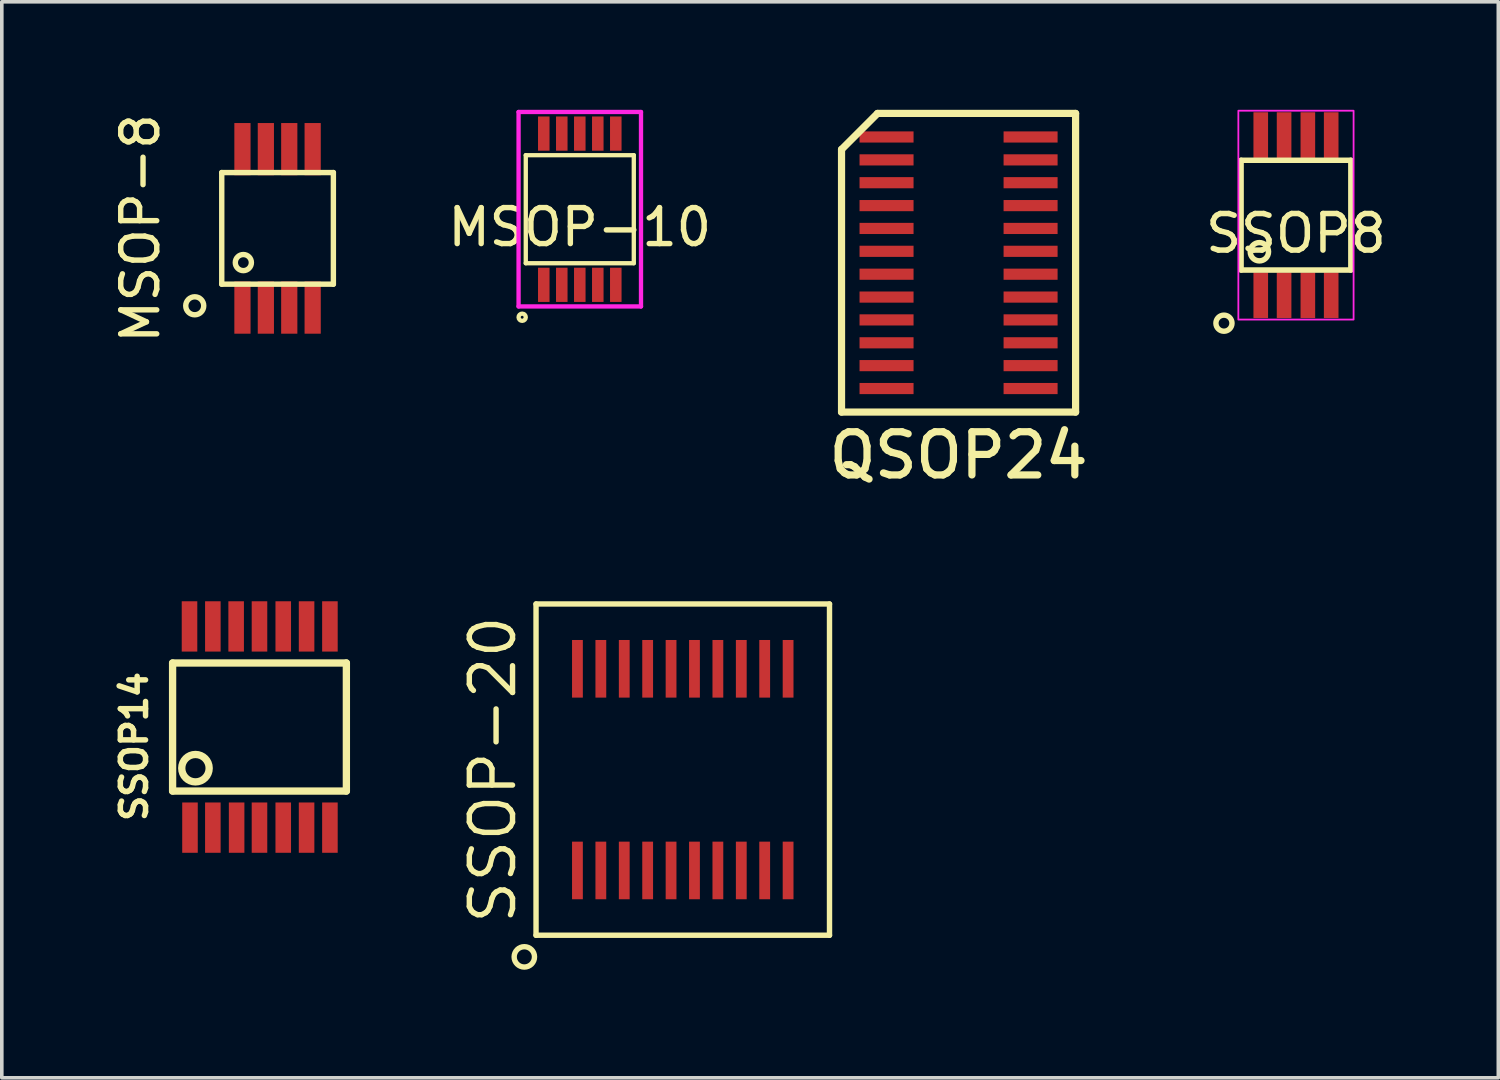
<source format=kicad_pcb>
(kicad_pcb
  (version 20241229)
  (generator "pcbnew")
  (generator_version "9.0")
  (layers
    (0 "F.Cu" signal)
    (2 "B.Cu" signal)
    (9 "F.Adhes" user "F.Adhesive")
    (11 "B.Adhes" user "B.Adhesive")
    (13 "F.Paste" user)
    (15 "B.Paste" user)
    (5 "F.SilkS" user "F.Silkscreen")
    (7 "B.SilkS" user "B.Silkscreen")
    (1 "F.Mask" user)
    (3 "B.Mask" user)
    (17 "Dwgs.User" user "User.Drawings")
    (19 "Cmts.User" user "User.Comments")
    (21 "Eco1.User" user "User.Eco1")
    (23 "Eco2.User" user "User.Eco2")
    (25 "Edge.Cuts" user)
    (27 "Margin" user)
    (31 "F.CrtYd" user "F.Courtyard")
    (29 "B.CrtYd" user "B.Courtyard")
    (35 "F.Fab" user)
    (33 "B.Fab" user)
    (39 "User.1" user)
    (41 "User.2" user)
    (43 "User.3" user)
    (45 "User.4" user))
  (footprint "SSOP-20"
    (layer "F.Cu")
    (at 15.911 18.323)
    (property "Reference" "SSOP-20" (at -5.275 0 90) (layer "F.SilkS") (effects (font (size 1.2 1.2) (thickness 0.15))))
    (attr through_hole)
    (fp_line (start -4.075 -4.6) (end -4.075 4.6) (stroke (width 0.15) (type solid)) (layer "F.SilkS"))
    (fp_line (start -4.075 4.6) (end 4.075 4.6) (stroke (width 0.15) (type solid)) (layer "F.SilkS"))
    (fp_line (start 4.075 -4.6) (end -4.075 -4.6) (stroke (width 0.15) (type solid)) (layer "F.SilkS"))
    (fp_line (start 4.075 4.6) (end 4.075 -4.6) (stroke (width 0.15) (type solid)) (layer "F.SilkS"))
    (fp_circle (center -4.4 5.2) (end -4.2 5.4) (stroke (width 0.15) (type solid)) (fill no) (layer "F.SilkS"))
    (pad "1" smd rect (at -2.925 2.8) (size 0.3 1.6) (layers "F.Cu" "F.Mask" "F.Paste"))
    (pad "2" smd rect (at -2.275 2.8) (size 0.3 1.6) (layers "F.Cu" "F.Mask" "F.Paste"))
    (pad "3" smd rect (at -1.625 2.8) (size 0.3 1.6) (layers "F.Cu" "F.Mask" "F.Paste"))
    (pad "4" smd rect (at -0.975 2.8) (size 0.3 1.6) (layers "F.Cu" "F.Mask" "F.Paste"))
    (pad "5" smd rect (at -0.325 2.8) (size 0.3 1.6) (layers "F.Cu" "F.Mask" "F.Paste"))
    (pad "6" smd rect (at 0.325 2.8) (size 0.3 1.6) (layers "F.Cu" "F.Mask" "F.Paste"))
    (pad "7" smd rect (at 0.975 2.8) (size 0.3 1.6) (layers "F.Cu" "F.Mask" "F.Paste"))
    (pad "8" smd rect (at 1.625 2.8) (size 0.3 1.6) (layers "F.Cu" "F.Mask" "F.Paste"))
    (pad "9" smd rect (at 2.275 2.8) (size 0.3 1.6) (layers "F.Cu" "F.Mask" "F.Paste"))
    (pad "10" smd rect (at 2.925 2.8) (size 0.3 1.6) (layers "F.Cu" "F.Mask" "F.Paste"))
    (pad "11" smd rect (at 2.925 -2.8) (size 0.3 1.6) (layers "F.Cu" "F.Mask" "F.Paste"))
    (pad "12" smd rect (at 2.275 -2.8) (size 0.3 1.6) (layers "F.Cu" "F.Mask" "F.Paste"))
    (pad "13" smd rect (at 1.625 -2.8) (size 0.3 1.6) (layers "F.Cu" "F.Mask" "F.Paste"))
    (pad "14" smd rect (at 0.975 -2.8) (size 0.3 1.6) (layers "F.Cu" "F.Mask" "F.Paste"))
    (pad "15" smd rect (at 0.325 -2.8) (size 0.3 1.6) (layers "F.Cu" "F.Mask" "F.Paste"))
    (pad "16" smd rect (at -0.325 -2.8) (size 0.3 1.6) (layers "F.Cu" "F.Mask" "F.Paste"))
    (pad "17" smd rect (at -0.975 -2.8) (size 0.3 1.6) (layers "F.Cu" "F.Mask" "F.Paste"))
    (pad "18" smd rect (at -1.625 -2.8) (size 0.3 1.6) (layers "F.Cu" "F.Mask" "F.Paste"))
    (pad "19" smd rect (at -2.275 -2.8) (size 0.3 1.6) (layers "F.Cu" "F.Mask" "F.Paste"))
    (pad "20" smd rect (at -2.925 -2.8) (size 0.3 1.6) (layers "F.Cu" "F.Mask" "F.Paste")))
  (footprint "SSOP8"
    (layer "F.Cu")
    (at 32.94 2.925)
    (property "Reference" "SSOP8" (at 0 0.508 0) (layer "F.SilkS") (effects (font (size 1.016 1.016) (thickness 0.152))))
    (attr smd)
    (fp_line (start -1.524 -1.524) (end 1.524 -1.524) (stroke (width 0.152) (type solid)) (layer "F.SilkS"))
    (fp_line (start -1.524 1.524) (end -1.524 -1.524) (stroke (width 0.152) (type solid)) (layer "F.SilkS"))
    (fp_line (start 1.524 -1.524) (end 1.524 1.524) (stroke (width 0.152) (type solid)) (layer "F.SilkS"))
    (fp_line (start 1.524 1.524) (end -1.524 1.524) (stroke (width 0.152) (type solid)) (layer "F.SilkS"))
    (fp_circle (center -2 3) (end -1.8 3.1) (stroke (width 0.15) (type solid)) (fill no) (layer "F.SilkS"))
    (fp_circle (center -1.016 1.016) (end -1.016 0.762) (stroke (width 0.152) (type solid)) (fill no) (layer "F.SilkS"))
    (fp_rect (start -1.6 -2.9) (end 1.6 2.9) (stroke (width 0.05) (type default)) (fill no) (layer "F.CrtYd"))
    (pad "1" smd rect (at -0.978 2.223) (size 0.406 1.27) (layers "F.Cu" "F.Mask" "F.Paste"))
    (pad "2" smd rect (at -0.33 2.223) (size 0.406 1.27) (layers "F.Cu" "F.Mask" "F.Paste"))
    (pad "3" smd rect (at 0.33 2.223) (size 0.406 1.27) (layers "F.Cu" "F.Mask" "F.Paste"))
    (pad "4" smd rect (at 0.978 2.223) (size 0.406 1.27) (layers "F.Cu" "F.Mask" "F.Paste"))
    (pad "5" smd rect (at 0.978 -2.223) (size 0.406 1.27) (layers "F.Cu" "F.Mask" "F.Paste"))
    (pad "6" smd rect (at 0.33 -2.223) (size 0.406 1.27) (layers "F.Cu" "F.Mask" "F.Paste"))
    (pad "7" smd rect (at -0.33 -2.223) (size 0.406 1.27) (layers "F.Cu" "F.Mask" "F.Paste"))
    (pad "8" smd rect (at -0.978 -2.223) (size 0.406 1.27) (layers "F.Cu" "F.Mask" "F.Paste")))
  (footprint "MSOP-10"
    (layer "F.Cu")
    (at 13.051 2.76)
    (property "Reference" "MSOP-10" (at 0 0.5 0) (layer "F.SilkS") (effects (font (size 1 1) (thickness 0.15))))
    (attr through_hole)
    (fp_line (start -1.5 -1.5) (end 1.5 -1.5) (stroke (width 0.12) (type solid)) (layer "F.SilkS"))
    (fp_line (start -1.5 1.5) (end -1.5 -1.5) (stroke (width 0.12) (type solid)) (layer "F.SilkS"))
    (fp_line (start 1.5 -1.5) (end 1.5 1.5) (stroke (width 0.12) (type solid)) (layer "F.SilkS"))
    (fp_line (start 1.5 1.5) (end -1.5 1.5) (stroke (width 0.12) (type solid)) (layer "F.SilkS"))
    (fp_circle (center -1.6 3) (end -1.6 3.1) (stroke (width 0.12) (type solid)) (fill no) (layer "F.SilkS"))
    (fp_line (start -1.7 -2.7) (end 1.7 -2.7) (stroke (width 0.12) (type solid)) (layer "F.CrtYd"))
    (fp_line (start -1.7 2.7) (end -1.7 -2.7) (stroke (width 0.12) (type solid)) (layer "F.CrtYd"))
    (fp_line (start 1.7 -2.7) (end 1.7 2.7) (stroke (width 0.12) (type solid)) (layer "F.CrtYd"))
    (fp_line (start 1.7 2.7) (end -1.7 2.7) (stroke (width 0.12) (type solid)) (layer "F.CrtYd"))
    (pad "1" smd rect (at -1 2.1) (size 0.32 0.95) (layers "F.Cu" "F.Mask" "F.Paste"))
    (pad "2" smd rect (at -0.5 2.1) (size 0.32 0.95) (layers "F.Cu" "F.Mask" "F.Paste"))
    (pad "3" smd rect (at 0 2.1) (size 0.32 0.95) (layers "F.Cu" "F.Mask" "F.Paste"))
    (pad "4" smd rect (at 0.5 2.1) (size 0.32 0.95) (layers "F.Cu" "F.Mask" "F.Paste"))
    (pad "5" smd rect (at 1 2.1) (size 0.32 0.95) (layers "F.Cu" "F.Mask" "F.Paste"))
    (pad "6" smd rect (at 1 -2.1) (size 0.32 0.95) (layers "F.Cu" "F.Mask" "F.Paste"))
    (pad "7" smd rect (at 0.5 -2.1) (size 0.32 0.95) (layers "F.Cu" "F.Mask" "F.Paste"))
    (pad "8" smd rect (at 0 -2.1) (size 0.32 0.95) (layers "F.Cu" "F.Mask" "F.Paste"))
    (pad "9" smd rect (at -0.5 -2.1) (size 0.32 0.95) (layers "F.Cu" "F.Mask" "F.Paste"))
    (pad "10" smd rect (at -1 -2.1) (size 0.32 0.95) (layers "F.Cu" "F.Mask" "F.Paste")))
  (footprint "MSOP-8"
    (layer "F.Cu")
    (at 4.658 3.292)
    (property "Reference" "MSOP-8" (at -3.81 0 90) (layer "F.SilkS") (effects (font (size 1 1) (thickness 0.15))))
    (attr through_hole)
    (fp_line (start -1.55 -1.55) (end 1.55 -1.55) (stroke (width 0.15) (type solid)) (layer "F.SilkS"))
    (fp_line (start -1.55 1.55) (end -1.55 -1.55) (stroke (width 0.15) (type solid)) (layer "F.SilkS"))
    (fp_line (start 1.55 -1.55) (end 1.55 1.55) (stroke (width 0.15) (type solid)) (layer "F.SilkS"))
    (fp_line (start 1.55 1.55) (end -1.55 1.55) (stroke (width 0.15) (type solid)) (layer "F.SilkS"))
    (fp_circle (center -2.3 2.15) (end -2.1 2.3) (stroke (width 0.15) (type solid)) (fill no) (layer "F.SilkS"))
    (fp_circle (center -0.95 0.95) (end -0.85 0.75) (stroke (width 0.15) (type solid)) (fill no) (layer "F.SilkS"))
    (pad "1" smd rect (at -0.975 2.2) (size 0.45 1.45) (layers "F.Cu" "F.Mask" "F.Paste"))
    (pad "2" smd rect (at -0.325 2.2) (size 0.45 1.45) (layers "F.Cu" "F.Mask" "F.Paste"))
    (pad "3" smd rect (at 0.325 2.2) (size 0.45 1.45) (layers "F.Cu" "F.Mask" "F.Paste"))
    (pad "4" smd rect (at 0.975 2.2) (size 0.45 1.45) (layers "F.Cu" "F.Mask" "F.Paste"))
    (pad "5" smd rect (at 0.975 -2.2) (size 0.45 1.45) (layers "F.Cu" "F.Mask" "F.Paste"))
    (pad "6" smd rect (at 0.325 -2.2) (size 0.45 1.45) (layers "F.Cu" "F.Mask" "F.Paste"))
    (pad "7" smd rect (at -0.325 -2.2) (size 0.45 1.45) (layers "F.Cu" "F.Mask" "F.Paste"))
    (pad "8" smd rect (at -0.975 -2.2) (size 0.45 1.45) (layers "F.Cu" "F.Mask" "F.Paste")))
  (footprint "QSOP24"
    (layer "F.Cu")
    (at 23.57 4.247)
    (property "Reference" "QSOP24" (at 0 5.348 0) (layer "F.SilkS") (effects (font (size 1.2 1.2) (thickness 0.2))))
    (attr through_hole)
    (fp_line (start -3.25 -3.147) (end -3.25 4.147) (stroke (width 0.2) (type solid)) (layer "F.SilkS"))
    (fp_line (start -3.25 4.147) (end 3.25 4.147) (stroke (width 0.2) (type solid)) (layer "F.SilkS"))
    (fp_line (start -2.25 -4.147) (end -3.25 -3.147) (stroke (width 0.2) (type solid)) (layer "F.SilkS"))
    (fp_line (start 3.25 -4.147) (end -2.25 -4.147) (stroke (width 0.2) (type solid)) (layer "F.SilkS"))
    (fp_line (start 3.25 4.147) (end 3.25 -4.147) (stroke (width 0.2) (type solid)) (layer "F.SilkS"))
    (pad "1" smd rect (at -2 -3.493) (size 1.5 0.31) (layers "F.Cu" "F.Mask" "F.Paste"))
    (pad "2" smd rect (at -2 -2.857) (size 1.5 0.31) (layers "F.Cu" "F.Mask" "F.Paste"))
    (pad "3" smd rect (at -2 -2.223) (size 1.5 0.31) (layers "F.Cu" "F.Mask" "F.Paste"))
    (pad "4" smd rect (at -2 -1.587) (size 1.5 0.31) (layers "F.Cu" "F.Mask" "F.Paste"))
    (pad "5" smd rect (at -2 -0.953) (size 1.5 0.31) (layers "F.Cu" "F.Mask" "F.Paste"))
    (pad "6" smd rect (at -2 -0.318) (size 1.5 0.31) (layers "F.Cu" "F.Mask" "F.Paste"))
    (pad "7" smd rect (at -2 0.318) (size 1.5 0.31) (layers "F.Cu" "F.Mask" "F.Paste"))
    (pad "8" smd rect (at -2 0.953) (size 1.5 0.31) (layers "F.Cu" "F.Mask" "F.Paste"))
    (pad "9" smd rect (at -2 1.587) (size 1.5 0.31) (layers "F.Cu" "F.Mask" "F.Paste"))
    (pad "10" smd rect (at -2 2.223) (size 1.5 0.31) (layers "F.Cu" "F.Mask" "F.Paste"))
    (pad "11" smd rect (at -2 2.857) (size 1.5 0.31) (layers "F.Cu" "F.Mask" "F.Paste"))
    (pad "12" smd rect (at -2 3.493) (size 1.5 0.31) (layers "F.Cu" "F.Mask" "F.Paste"))
    (pad "13" smd rect (at 2 3.493) (size 1.5 0.31) (layers "F.Cu" "F.Mask" "F.Paste"))
    (pad "14" smd rect (at 2 2.857) (size 1.5 0.31) (layers "F.Cu" "F.Mask" "F.Paste"))
    (pad "15" smd rect (at 2 2.223) (size 1.5 0.31) (layers "F.Cu" "F.Mask" "F.Paste"))
    (pad "16" smd rect (at 2 1.587) (size 1.5 0.31) (layers "F.Cu" "F.Mask" "F.Paste"))
    (pad "17" smd rect (at 2 0.953) (size 1.5 0.31) (layers "F.Cu" "F.Mask" "F.Paste"))
    (pad "18" smd rect (at 2 0.318) (size 1.5 0.31) (layers "F.Cu" "F.Mask" "F.Paste"))
    (pad "19" smd rect (at 2 -0.318) (size 1.5 0.31) (layers "F.Cu" "F.Mask" "F.Paste"))
    (pad "20" smd rect (at 2 -0.953) (size 1.5 0.31) (layers "F.Cu" "F.Mask" "F.Paste"))
    (pad "21" smd rect (at 2 -1.587) (size 1.5 0.31) (layers "F.Cu" "F.Mask" "F.Paste"))
    (pad "22" smd rect (at 2 -2.223) (size 1.5 0.31) (layers "F.Cu" "F.Mask" "F.Paste"))
    (pad "23" smd rect (at 2 -2.857) (size 1.5 0.31) (layers "F.Cu" "F.Mask" "F.Paste"))
    (pad "24" smd rect (at 2 -3.493) (size 1.5 0.31) (layers "F.Cu" "F.Mask" "F.Paste")))
  (footprint "SSOP14"
    (layer "F.Cu")
    (at 4.156 17.14)
    (property "Reference" "SSOP14" (at -3.48 0.54 270) (layer "F.SilkS") (effects (font (size 0.7 0.7) (thickness 0.152))))
    (attr smd)
    (fp_line (start -2.413 -1.778) (end 2.413 -1.778) (stroke (width 0.203) (type solid)) (layer "F.SilkS"))
    (fp_line (start -2.413 1.778) (end -2.413 -1.778) (stroke (width 0.203) (type solid)) (layer "F.SilkS"))
    (fp_line (start 2.413 -1.778) (end 2.413 1.778) (stroke (width 0.203) (type solid)) (layer "F.SilkS"))
    (fp_line (start 2.413 1.778) (end -2.413 1.778) (stroke (width 0.203) (type solid)) (layer "F.SilkS"))
    (fp_circle (center -1.778 1.143) (end -2.159 1.143) (stroke (width 0.203) (type solid)) (fill no) (layer "F.SilkS"))
    (pad "1" smd rect (at -1.93 2.794) (size 0.432 1.397) (layers "F.Cu" "F.Mask" "F.Paste"))
    (pad "2" smd rect (at -1.295 2.794) (size 0.432 1.397) (layers "F.Cu" "F.Mask" "F.Paste"))
    (pad "3" smd rect (at -0.635 2.794) (size 0.432 1.397) (layers "F.Cu" "F.Mask" "F.Paste"))
    (pad "4" smd rect (at 0 2.794) (size 0.432 1.397) (layers "F.Cu" "F.Mask" "F.Paste"))
    (pad "5" smd rect (at 0.66 2.794) (size 0.432 1.397) (layers "F.Cu" "F.Mask" "F.Paste"))
    (pad "6" smd rect (at 1.308 2.794) (size 0.432 1.397) (layers "F.Cu" "F.Mask" "F.Paste"))
    (pad "7" smd rect (at 1.956 2.794) (size 0.432 1.397) (layers "F.Cu" "F.Mask" "F.Paste"))
    (pad "8" smd rect (at 1.956 -2.794) (size 0.432 1.397) (layers "F.Cu" "F.Mask" "F.Paste"))
    (pad "9" smd rect (at 1.308 -2.794) (size 0.432 1.397) (layers "F.Cu" "F.Mask" "F.Paste"))
    (pad "10" smd rect (at 0.66 -2.794) (size 0.432 1.397) (layers "F.Cu" "F.Mask" "F.Paste"))
    (pad "11" smd rect (at 0 -2.794) (size 0.432 1.397) (layers "F.Cu" "F.Mask" "F.Paste"))
    (pad "12" smd rect (at -0.648 -2.794) (size 0.432 1.397) (layers "F.Cu" "F.Mask" "F.Paste"))
    (pad "13" smd rect (at -1.295 -2.794) (size 0.432 1.397) (layers "F.Cu" "F.Mask" "F.Paste"))
    (pad "14" smd rect (at -1.943 -2.794) (size 0.432 1.397) (layers "F.Cu" "F.Mask" "F.Paste")))
  (gr_rect
    (start -3 -3)
    (end 38.559 26.881)
    (stroke (width 0.1) (type default))
    (fill no)
    (layer "Edge.Cuts")))
</source>
